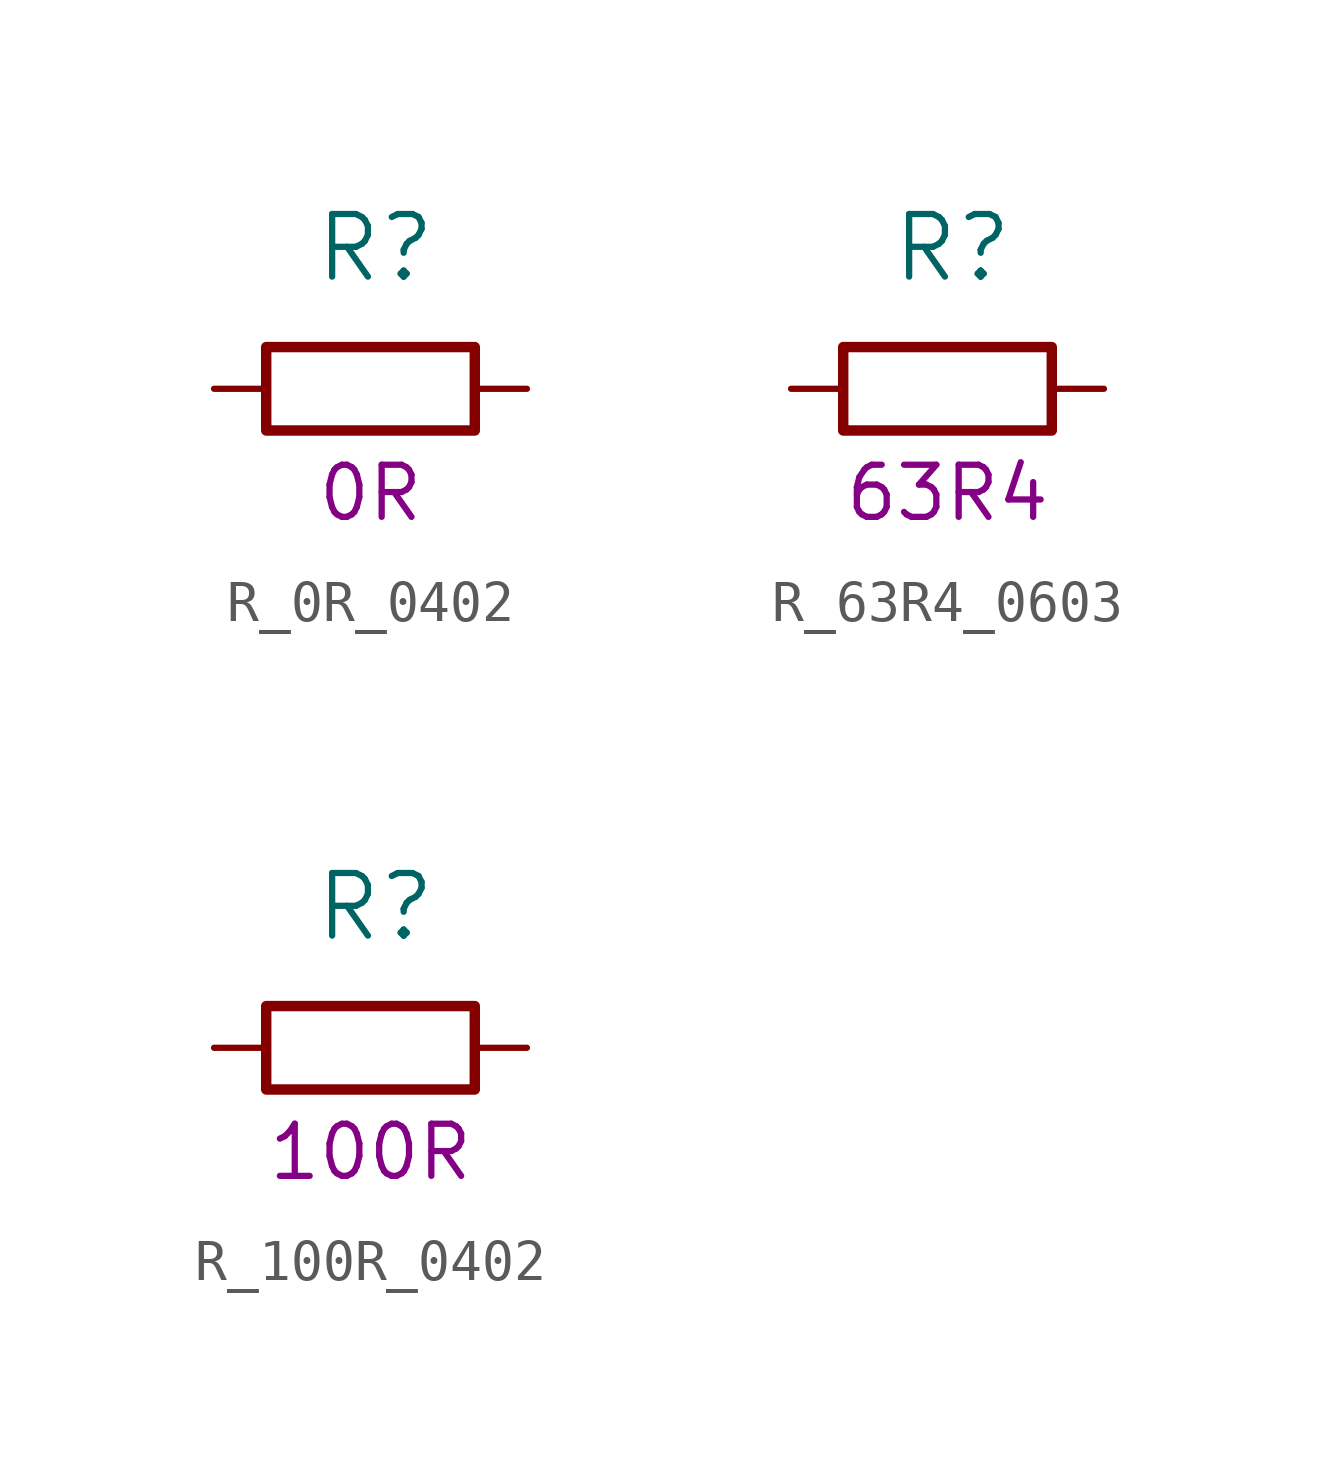
<source format=kicad_sym>
(kicad_symbol_lib
  (version 20211014)
  (generator kicad_symbol_editor)
  (symbol "R_0R_0402"
    (pin_names
      (offset 0))
    (property "Reference" "R"
      (at -1.397 3.429 0)
      (effects (font (size 1.524 1.524)) (justify left)))
    (property "Val" "0R"
      (at 0 -2.54 0)
      (effects (font (size 1.27 1.27))))
    (symbol "R_0R_0402_1_1"
      (rectangle (start 2.54 -1.016) (end -2.54 1.016) (stroke (width 0.254) (type default) (color 0 0 0 0)) (fill (type none)))
      (pin passive line (at -3.81 0 0) (length 1.27) (name "~" (effects (font (size 0 0)))) (number "1" (effects (font (size 0 0)))))
      (pin passive line (at 3.81 0 180) (length 1.27) (name "~" (effects (font (size 0 0)))) (number "2" (effects (font (size 0 0)))))))
  (symbol "R_63R4_0603"
    (pin_names
      (offset 0))
    (property "Reference" "R"
      (at -1.397 3.429 0)
      (effects (font (size 1.524 1.524)) (justify left)))
    (property "Val" "63R4"
      (at 0 -2.54 0)
      (effects (font (size 1.27 1.27))))
    (symbol "R_63R4_0603_1_1"
      (rectangle (start 2.54 -1.016) (end -2.54 1.016) (stroke (width 0.254) (type default) (color 0 0 0 0)) (fill (type none)))
      (pin passive line (at -3.81 0 0) (length 1.27) (name "~" (effects (font (size 0 0)))) (number "1" (effects (font (size 0 0)))))
      (pin passive line (at 3.81 0 180) (length 1.27) (name "~" (effects (font (size 0 0)))) (number "2" (effects (font (size 0 0)))))))
  (symbol "R_100R_0402"
    (pin_names
      (offset 0))
    (property "Reference" "R"
      (at -1.397 3.429 0)
      (effects (font (size 1.524 1.524)) (justify left)))
    (property "Val" "100R"
      (at 0 -2.54 0)
      (effects (font (size 1.27 1.27))))
    (symbol "R_100R_0402_1_1"
      (rectangle (start 2.54 -1.016) (end -2.54 1.016) (stroke (width 0.254) (type default) (color 0 0 0 0)) (fill (type none)))
      (pin passive line (at -3.81 0 0) (length 1.27) (name "~" (effects (font (size 0 0)))) (number "1" (effects (font (size 0 0)))))
      (pin passive line (at 3.81 0 180) (length 1.27) (name "~" (effects (font (size 0 0)))) (number "2" (effects (font (size 0 0))))))))
</source>
